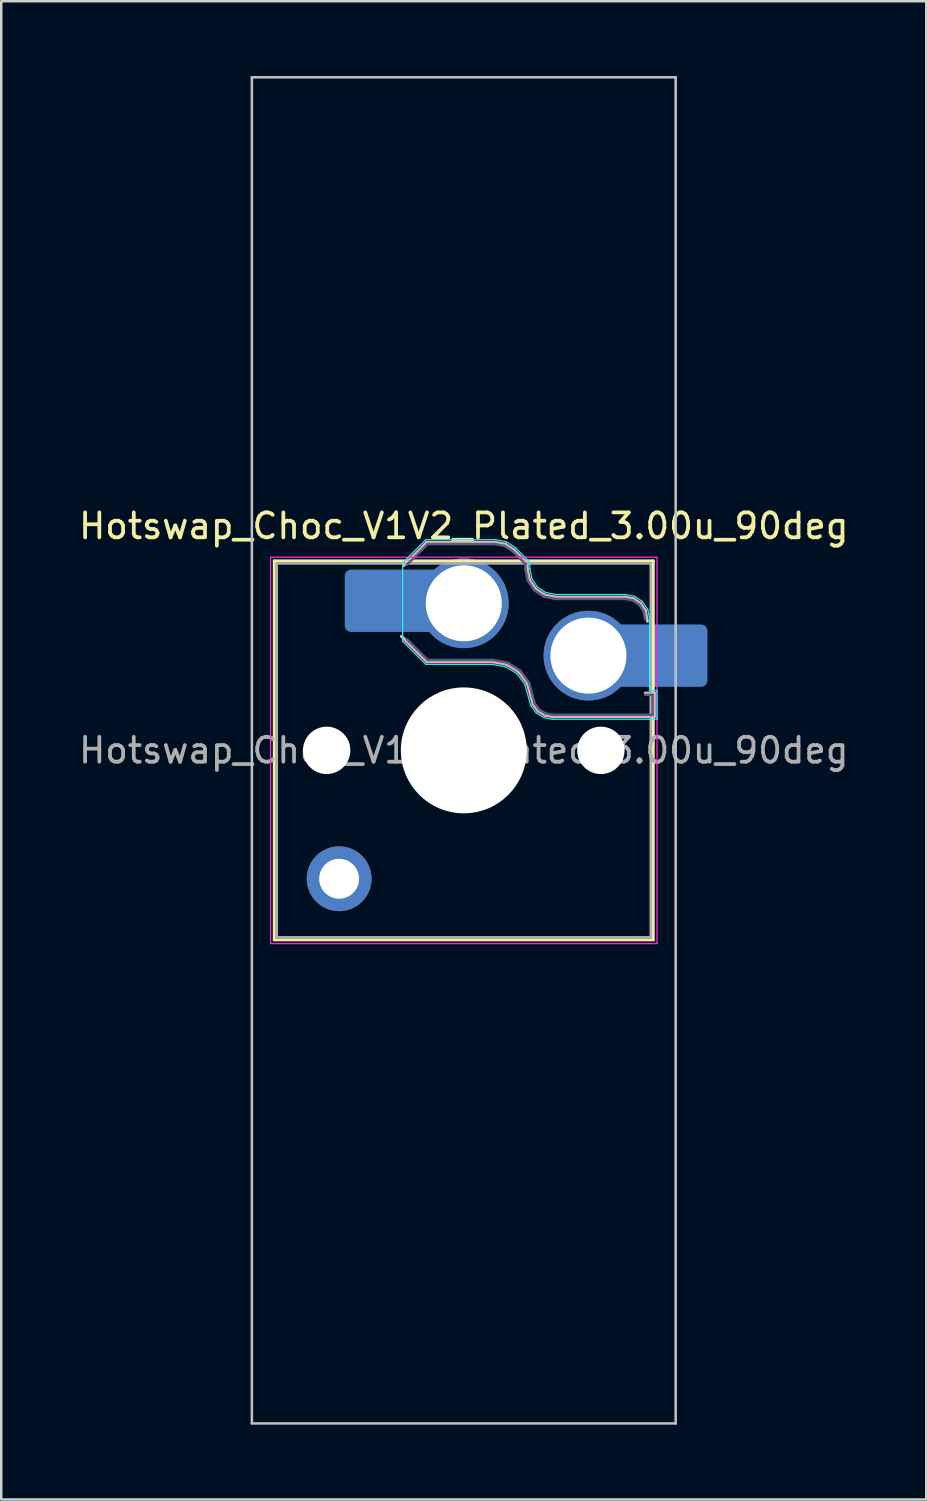
<source format=kicad_pcb>
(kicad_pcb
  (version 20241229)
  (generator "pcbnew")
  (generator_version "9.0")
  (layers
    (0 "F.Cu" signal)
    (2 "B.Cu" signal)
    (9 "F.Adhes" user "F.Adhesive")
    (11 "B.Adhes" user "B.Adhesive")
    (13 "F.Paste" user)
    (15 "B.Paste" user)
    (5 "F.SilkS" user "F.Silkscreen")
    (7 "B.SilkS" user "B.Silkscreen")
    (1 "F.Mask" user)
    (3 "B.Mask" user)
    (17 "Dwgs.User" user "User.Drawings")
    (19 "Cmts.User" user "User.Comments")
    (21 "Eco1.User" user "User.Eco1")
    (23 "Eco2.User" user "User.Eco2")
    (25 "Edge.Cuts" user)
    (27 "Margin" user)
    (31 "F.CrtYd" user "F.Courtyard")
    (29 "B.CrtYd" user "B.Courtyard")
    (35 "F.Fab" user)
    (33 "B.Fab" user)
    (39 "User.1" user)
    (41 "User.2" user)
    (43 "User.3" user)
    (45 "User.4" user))
  (footprint "Hotswap_Choc_V1V2_Plated_3.00u_90deg"
    (layer "F.Cu")
    (at 15.554 27.05)
    (property "Reference" "Hotswap_Choc_V1V2_Plated_3.00u_90deg" (at 0 -9 0) (layer "F.SilkS") (effects (font (size 1 1) (thickness 0.15))))
    (attr smd allow_soldermask_bridges)
    (fp_line (start -7.6 -7.6) (end -7.6 7.6) (stroke (width 0.12) (type solid)) (layer "F.SilkS"))
    (fp_line (start -7.6 7.6) (end 7.6 7.6) (stroke (width 0.12) (type solid)) (layer "F.SilkS"))
    (fp_line (start 7.6 -7.6) (end -7.6 -7.6) (stroke (width 0.12) (type solid)) (layer "F.SilkS"))
    (fp_line (start 7.6 7.6) (end 7.6 -7.6) (stroke (width 0.12) (type solid)) (layer "F.SilkS"))
    (fp_line (start -2.416 -7.409) (end -1.479 -8.346) (stroke (width 0.12) (type solid)) (layer "B.SilkS"))
    (fp_line (start -1.479 -8.346) (end 1.268 -8.346) (stroke (width 0.12) (type solid)) (layer "B.SilkS"))
    (fp_line (start -1.479 -3.554) (end -2.5 -4.575) (stroke (width 0.12) (type solid)) (layer "B.SilkS"))
    (fp_line (start 1.168 -3.554) (end -1.479 -3.554) (stroke (width 0.12) (type solid)) (layer "B.SilkS"))
    (fp_line (start 1.268 -8.346) (end 1.671 -8.266) (stroke (width 0.12) (type solid)) (layer "B.SilkS"))
    (fp_line (start 1.671 -8.266) (end 2.013 -8.037) (stroke (width 0.12) (type solid)) (layer "B.SilkS"))
    (fp_line (start 1.73 -3.449) (end 1.168 -3.554) (stroke (width 0.12) (type solid)) (layer "B.SilkS"))
    (fp_line (start 2.013 -8.037) (end 2.546 -7.504) (stroke (width 0.12) (type solid)) (layer "B.SilkS"))
    (fp_line (start 2.209 -3.15) (end 1.73 -3.449) (stroke (width 0.12) (type solid)) (layer "B.SilkS"))
    (fp_line (start 2.546 -7.504) (end 2.546 -7.282) (stroke (width 0.12) (type solid)) (layer "B.SilkS"))
    (fp_line (start 2.546 -7.282) (end 2.633 -6.844) (stroke (width 0.12) (type solid)) (layer "B.SilkS"))
    (fp_line (start 2.547 -2.697) (end 2.209 -3.15) (stroke (width 0.12) (type solid)) (layer "B.SilkS"))
    (fp_line (start 2.633 -6.844) (end 2.877 -6.477) (stroke (width 0.12) (type solid)) (layer "B.SilkS"))
    (fp_line (start 2.701 -2.139) (end 2.547 -2.697) (stroke (width 0.12) (type solid)) (layer "B.SilkS"))
    (fp_line (start 2.783 -1.841) (end 2.701 -2.139) (stroke (width 0.12) (type solid)) (layer "B.SilkS"))
    (fp_line (start 2.877 -6.477) (end 3.244 -6.233) (stroke (width 0.12) (type solid)) (layer "B.SilkS"))
    (fp_line (start 2.976 -1.583) (end 2.783 -1.841) (stroke (width 0.12) (type solid)) (layer "B.SilkS"))
    (fp_line (start 3.244 -6.233) (end 3.682 -6.146) (stroke (width 0.12) (type solid)) (layer "B.SilkS"))
    (fp_line (start 3.25 -1.413) (end 2.976 -1.583) (stroke (width 0.12) (type solid)) (layer "B.SilkS"))
    (fp_line (start 3.56 -1.354) (end 3.25 -1.413) (stroke (width 0.12) (type solid)) (layer "B.SilkS"))
    (fp_line (start 3.682 -6.146) (end 6.482 -6.146) (stroke (width 0.12) (type solid)) (layer "B.SilkS"))
    (fp_line (start 6.482 -6.146) (end 6.809 -6.081) (stroke (width 0.12) (type solid)) (layer "B.SilkS"))
    (fp_line (start 6.809 -6.081) (end 7.092 -5.892) (stroke (width 0.12) (type solid)) (layer "B.SilkS"))
    (fp_line (start 7.092 -5.892) (end 7.281 -5.609) (stroke (width 0.12) (type solid)) (layer "B.SilkS"))
    (fp_line (start 7.281 -5.609) (end 7.366 -5.182) (stroke (width 0.12) (type solid)) (layer "B.SilkS"))
    (fp_line (start 7.283 -2.296) (end 7.646 -2.296) (stroke (width 0.12) (type solid)) (layer "B.SilkS"))
    (fp_line (start 7.646 -2.296) (end 7.646 -1.354) (stroke (width 0.12) (type solid)) (layer "B.SilkS"))
    (fp_line (start 7.646 -1.354) (end 3.56 -1.354) (stroke (width 0.12) (type solid)) (layer "B.SilkS"))
    (fp_line (start -8.5 -27) (end 8.5 -27) (stroke (width 0.1) (type solid)) (layer "Dwgs.User"))
    (fp_line (start -8.5 27) (end -8.5 -27) (stroke (width 0.1) (type solid)) (layer "Dwgs.User"))
    (fp_line (start 8.5 -27) (end 8.5 27) (stroke (width 0.1) (type solid)) (layer "Dwgs.User"))
    (fp_line (start 8.5 27) (end -8.5 27) (stroke (width 0.1) (type solid)) (layer "Dwgs.User"))
    (fp_line (start -7.25 -7.25) (end -7.25 7.25) (stroke (width 0.1) (type solid)) (layer "Eco1.User"))
    (fp_line (start -7.25 7.25) (end 7.25 7.25) (stroke (width 0.1) (type solid)) (layer "Eco1.User"))
    (fp_line (start 7.25 -7.25) (end -7.25 -7.25) (stroke (width 0.1) (type solid)) (layer "Eco1.User"))
    (fp_line (start 7.25 7.25) (end 7.25 -7.25) (stroke (width 0.1) (type solid)) (layer "Eco1.User"))
    (fp_line (start -2.452 -7.523) (end -1.523 -8.452) (stroke (width 0.05) (type solid)) (layer "B.CrtYd"))
    (fp_line (start -2.452 -4.377) (end -2.452 -7.523) (stroke (width 0.05) (type solid)) (layer "B.CrtYd"))
    (fp_line (start -1.523 -8.452) (end 1.278 -8.452) (stroke (width 0.05) (type solid)) (layer "B.CrtYd"))
    (fp_line (start -1.523 -3.448) (end -2.452 -4.377) (stroke (width 0.05) (type solid)) (layer "B.CrtYd"))
    (fp_line (start 1.159 -3.448) (end -1.523 -3.448) (stroke (width 0.05) (type solid)) (layer "B.CrtYd"))
    (fp_line (start 1.278 -8.452) (end 1.712 -8.366) (stroke (width 0.05) (type solid)) (layer "B.CrtYd"))
    (fp_line (start 1.691 -3.348) (end 1.159 -3.448) (stroke (width 0.05) (type solid)) (layer "B.CrtYd"))
    (fp_line (start 1.712 -8.366) (end 2.081 -8.119) (stroke (width 0.05) (type solid)) (layer "B.CrtYd"))
    (fp_line (start 2.081 -8.119) (end 2.652 -7.548) (stroke (width 0.05) (type solid)) (layer "B.CrtYd"))
    (fp_line (start 2.136 -3.071) (end 1.691 -3.348) (stroke (width 0.05) (type solid)) (layer "B.CrtYd"))
    (fp_line (start 2.45 -2.65) (end 2.136 -3.071) (stroke (width 0.05) (type solid)) (layer "B.CrtYd"))
    (fp_line (start 2.599 -2.111) (end 2.45 -2.65) (stroke (width 0.05) (type solid)) (layer "B.CrtYd"))
    (fp_line (start 2.652 -7.548) (end 2.652 -7.292) (stroke (width 0.05) (type solid)) (layer "B.CrtYd"))
    (fp_line (start 2.652 -7.292) (end 2.733 -6.885) (stroke (width 0.05) (type solid)) (layer "B.CrtYd"))
    (fp_line (start 2.687 -1.794) (end 2.599 -2.111) (stroke (width 0.05) (type solid)) (layer "B.CrtYd"))
    (fp_line (start 2.733 -6.885) (end 2.953 -6.553) (stroke (width 0.05) (type solid)) (layer "B.CrtYd"))
    (fp_line (start 2.903 -1.503) (end 2.687 -1.794) (stroke (width 0.05) (type solid)) (layer "B.CrtYd"))
    (fp_line (start 2.953 -6.553) (end 3.285 -6.333) (stroke (width 0.05) (type solid)) (layer "B.CrtYd"))
    (fp_line (start 3.211 -1.312) (end 2.903 -1.503) (stroke (width 0.05) (type solid)) (layer "B.CrtYd"))
    (fp_line (start 3.285 -6.333) (end 3.692 -6.252) (stroke (width 0.05) (type solid)) (layer "B.CrtYd"))
    (fp_line (start 3.55 -1.248) (end 3.211 -1.312) (stroke (width 0.05) (type solid)) (layer "B.CrtYd"))
    (fp_line (start 3.692 -6.252) (end 6.492 -6.252) (stroke (width 0.05) (type solid)) (layer "B.CrtYd"))
    (fp_line (start 6.492 -6.252) (end 6.85 -6.181) (stroke (width 0.05) (type solid)) (layer "B.CrtYd"))
    (fp_line (start 6.85 -6.181) (end 7.168 -5.968) (stroke (width 0.05) (type solid)) (layer "B.CrtYd"))
    (fp_line (start 7.168 -5.968) (end 7.381 -5.65) (stroke (width 0.05) (type solid)) (layer "B.CrtYd"))
    (fp_line (start 7.381 -5.65) (end 7.452 -5.292) (stroke (width 0.05) (type solid)) (layer "B.CrtYd"))
    (fp_line (start 7.452 -5.292) (end 7.452 -2.402) (stroke (width 0.05) (type solid)) (layer "B.CrtYd"))
    (fp_line (start 7.452 -2.402) (end 7.752 -2.402) (stroke (width 0.05) (type solid)) (layer "B.CrtYd"))
    (fp_line (start 7.752 -2.402) (end 7.752 -1.248) (stroke (width 0.05) (type solid)) (layer "B.CrtYd"))
    (fp_line (start 7.752 -1.248) (end 3.55 -1.248) (stroke (width 0.05) (type solid)) (layer "B.CrtYd"))
    (fp_line (start -7.75 -7.75) (end -7.75 7.75) (stroke (width 0.05) (type solid)) (layer "F.CrtYd"))
    (fp_line (start -7.75 7.75) (end 7.75 7.75) (stroke (width 0.05) (type solid)) (layer "F.CrtYd"))
    (fp_line (start 7.75 -7.75) (end -7.75 -7.75) (stroke (width 0.05) (type solid)) (layer "F.CrtYd"))
    (fp_line (start 7.75 7.75) (end 7.75 -7.75) (stroke (width 0.05) (type solid)) (layer "F.CrtYd"))
    (fp_line (start -2.275 -7.45) (end -1.45 -8.275) (stroke (width 0.1) (type solid)) (layer "B.Fab"))
    (fp_line (start -1.45 -8.275) (end 1.261 -8.275) (stroke (width 0.1) (type solid)) (layer "B.Fab"))
    (fp_line (start -1.45 -3.625) (end -2.275 -4.45) (stroke (width 0.1) (type solid)) (layer "B.Fab"))
    (fp_line (start 1.175 -3.625) (end -1.45 -3.625) (stroke (width 0.1) (type solid)) (layer "B.Fab"))
    (fp_line (start 1.261 -8.275) (end 1.643 -8.199) (stroke (width 0.1) (type solid)) (layer "B.Fab"))
    (fp_line (start 1.643 -8.199) (end 1.968 -7.982) (stroke (width 0.1) (type solid)) (layer "B.Fab"))
    (fp_line (start 1.756 -3.516) (end 1.175 -3.625) (stroke (width 0.1) (type solid)) (layer "B.Fab"))
    (fp_line (start 1.968 -7.982) (end 2.475 -7.475) (stroke (width 0.1) (type solid)) (layer "B.Fab"))
    (fp_line (start 2.258 -3.203) (end 1.756 -3.516) (stroke (width 0.1) (type solid)) (layer "B.Fab"))
    (fp_line (start 2.475 -7.475) (end 2.475 -7.275) (stroke (width 0.1) (type solid)) (layer "B.Fab"))
    (fp_line (start 2.475 -7.275) (end 2.566 -6.816) (stroke (width 0.1) (type solid)) (layer "B.Fab"))
    (fp_line (start 2.566 -6.816) (end 2.826 -6.426) (stroke (width 0.1) (type solid)) (layer "B.Fab"))
    (fp_line (start 2.612 -2.729) (end 2.258 -3.203) (stroke (width 0.1) (type solid)) (layer "B.Fab"))
    (fp_line (start 2.769 -2.158) (end 2.612 -2.729) (stroke (width 0.1) (type solid)) (layer "B.Fab"))
    (fp_line (start 2.826 -6.426) (end 3.216 -6.166) (stroke (width 0.1) (type solid)) (layer "B.Fab"))
    (fp_line (start 2.848 -1.873) (end 2.769 -2.158) (stroke (width 0.1) (type solid)) (layer "B.Fab"))
    (fp_line (start 3.025 -1.636) (end 2.848 -1.873) (stroke (width 0.1) (type solid)) (layer "B.Fab"))
    (fp_line (start 3.216 -6.166) (end 3.675 -6.075) (stroke (width 0.1) (type solid)) (layer "B.Fab"))
    (fp_line (start 3.276 -1.48) (end 3.025 -1.636) (stroke (width 0.1) (type solid)) (layer "B.Fab"))
    (fp_line (start 3.567 -1.425) (end 3.276 -1.48) (stroke (width 0.1) (type solid)) (layer "B.Fab"))
    (fp_line (start 3.675 -6.075) (end 6.475 -6.075) (stroke (width 0.1) (type solid)) (layer "B.Fab"))
    (fp_line (start 6.475 -6.075) (end 6.781 -6.014) (stroke (width 0.1) (type solid)) (layer "B.Fab"))
    (fp_line (start 6.781 -6.014) (end 7.041 -5.841) (stroke (width 0.1) (type solid)) (layer "B.Fab"))
    (fp_line (start 7.041 -5.841) (end 7.214 -5.581) (stroke (width 0.1) (type solid)) (layer "B.Fab"))
    (fp_line (start 7.214 -5.581) (end 7.275 -5.275) (stroke (width 0.1) (type solid)) (layer "B.Fab"))
    (fp_line (start 7.275 -2.225) (end 7.575 -2.225) (stroke (width 0.1) (type solid)) (layer "B.Fab"))
    (fp_line (start 7.575 -2.225) (end 7.575 -1.425) (stroke (width 0.1) (type solid)) (layer "B.Fab"))
    (fp_line (start 7.575 -1.425) (end 3.567 -1.425) (stroke (width 0.1) (type solid)) (layer "B.Fab"))
    (fp_line (start -7.5 -7.5) (end -7.5 7.5) (stroke (width 0.1) (type solid)) (layer "F.Fab"))
    (fp_line (start -7.5 7.5) (end 7.5 7.5) (stroke (width 0.1) (type solid)) (layer "F.Fab"))
    (fp_line (start 7.5 -7.5) (end -7.5 -7.5) (stroke (width 0.1) (type solid)) (layer "F.Fab"))
    (fp_line (start 7.5 7.5) (end 7.5 -7.5) (stroke (width 0.1) (type solid)) (layer "F.Fab"))
    (fp_text user "${REFERENCE}" (at 0 0 0) (layer "F.Fab") (effects (font (size 1 1) (thickness 0.15))))
    (pad "" np_thru_hole circle (at -5.5 0) (size 1.9 1.9) (drill 1.9) (layers "*.Cu" "*.Mask"))
    (pad "" thru_hole circle (at -5 5.15) (size 2.6 2.6) (drill 1.6) (layers "*.Cu" "*.Mask"))
    (pad "" smd roundrect (at -3.5 -6) (size 2.55 2.5) (layers "B.Mask" "B.Paste") (roundrect_rratio 0.1))
    (pad "" np_thru_hole circle (at 0 0) (size 5.05 5.05) (drill 5.05) (layers "*.Cu" "*.Mask"))
    (pad "" np_thru_hole circle (at 5.5 0) (size 1.9 1.9) (drill 1.9) (layers "*.Cu" "*.Mask"))
    (pad "" smd roundrect (at 8.5 -3.8) (size 2.55 2.5) (layers "B.Mask" "B.Paste") (roundrect_rratio 0.1))
    (pad "1" smd roundrect (at -2.85 -6) (size 3.85 2.5) (layers "B.Cu") (roundrect_rratio 0.1))
    (pad "1" thru_hole circle (at 0 -5.9) (size 3.6 3.6) (drill 3.05) (layers "*.Cu" "*.Mask"))
    (pad "2" thru_hole circle (at 5 -3.8) (size 3.6 3.6) (drill 3.05) (layers "*.Cu" "*.Mask"))
    (pad "2" smd roundrect (at 7.85 -3.8) (size 3.85 2.5) (layers "B.Cu") (roundrect_rratio 0.1)))
  (gr_rect
    (start -3 -3)
    (end 34.107 57.1)
    (stroke (width 0.1) (type default))
    (fill no)
    (layer "Edge.Cuts")))
</source>
